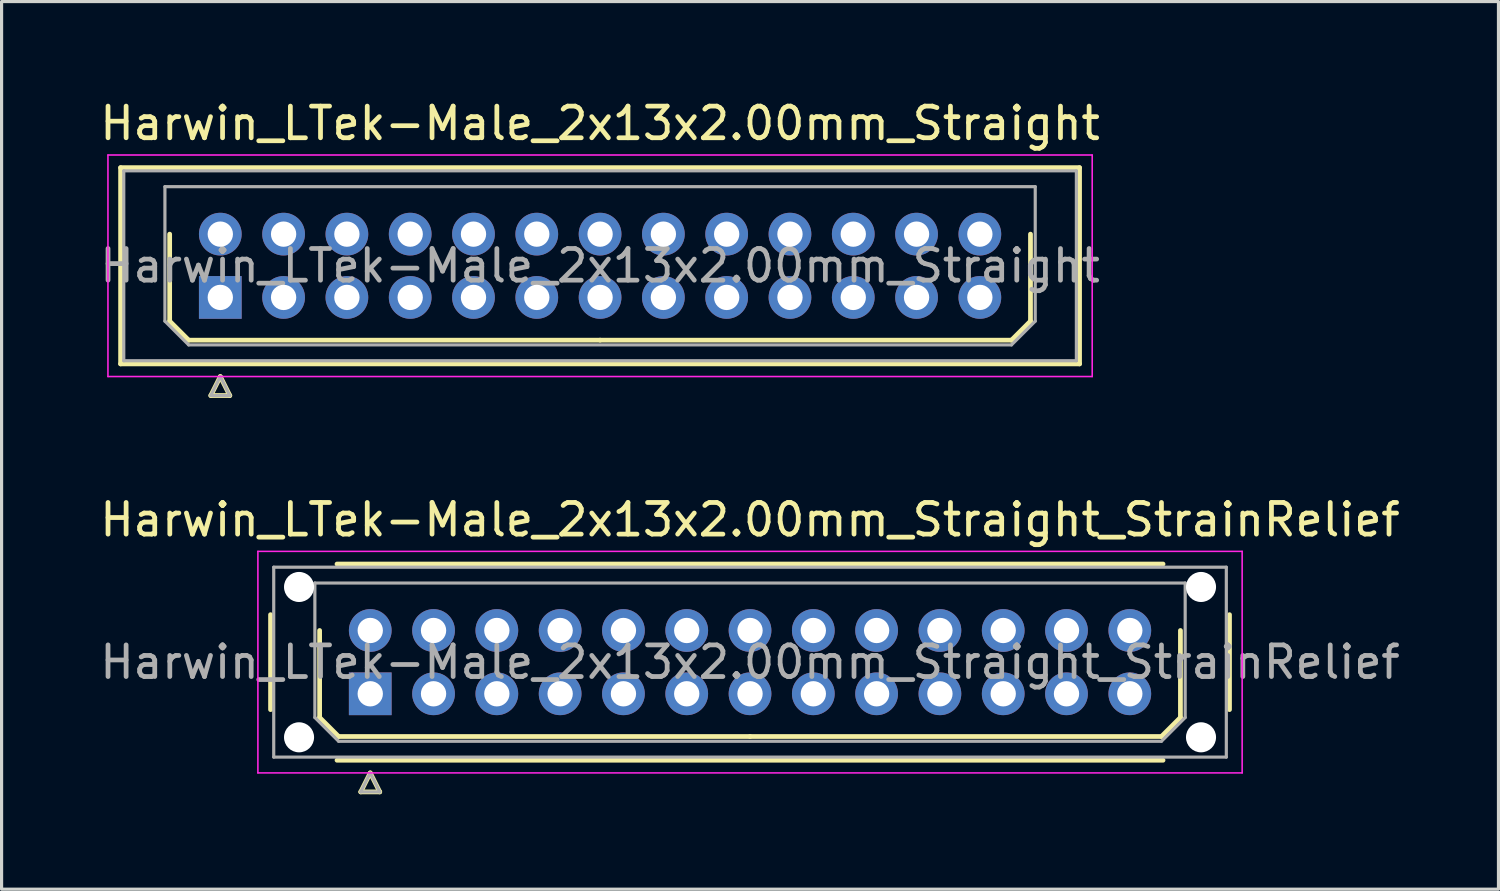
<source format=kicad_pcb>
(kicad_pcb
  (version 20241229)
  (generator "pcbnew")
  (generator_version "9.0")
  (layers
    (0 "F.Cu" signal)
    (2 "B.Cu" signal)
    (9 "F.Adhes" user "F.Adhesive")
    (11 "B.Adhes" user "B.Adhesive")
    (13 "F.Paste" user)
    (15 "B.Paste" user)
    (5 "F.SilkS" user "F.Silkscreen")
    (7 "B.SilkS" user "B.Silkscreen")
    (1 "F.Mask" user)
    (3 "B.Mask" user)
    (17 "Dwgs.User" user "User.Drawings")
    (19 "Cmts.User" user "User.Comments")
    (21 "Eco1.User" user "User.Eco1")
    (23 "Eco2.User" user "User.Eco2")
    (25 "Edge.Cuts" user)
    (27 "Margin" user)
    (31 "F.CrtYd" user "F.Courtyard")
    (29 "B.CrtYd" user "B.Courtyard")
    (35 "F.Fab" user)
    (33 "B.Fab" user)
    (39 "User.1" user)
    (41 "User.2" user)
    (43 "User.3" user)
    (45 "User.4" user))
  (footprint "Harwin_LTek-Male_2x13x2.00mm_Straight"
    (layer "F.Cu")
    (at 3.911 6.348)
    (property "Reference" "Harwin_LTek-Male_2x13x2.00mm_Straight" (at 12 -5.5 0) (layer "F.SilkS") (effects (font (size 1 1) (thickness 0.15))))
    (attr through_hole)
    (fp_line (start -3.15 -4.1) (end -3.15 2.1) (stroke (width 0.15) (type solid)) (layer "F.SilkS"))
    (fp_line (start -3.15 2.1) (end 27.15 2.1) (stroke (width 0.15) (type solid)) (layer "F.SilkS"))
    (fp_line (start -1.6 -2) (end -1.6 0.75) (stroke (width 0.15) (type solid)) (layer "F.SilkS"))
    (fp_line (start -1.6 0.75) (end -1 1.35) (stroke (width 0.15) (type solid)) (layer "F.SilkS"))
    (fp_line (start -1 1.35) (end 12 1.35) (stroke (width 0.15) (type solid)) (layer "F.SilkS"))
    (fp_line (start -0.3 3.1) (end 0.3 3.1) (stroke (width 0.15) (type solid)) (layer "F.SilkS"))
    (fp_line (start 0 2.5) (end -0.3 3.1) (stroke (width 0.15) (type solid)) (layer "F.SilkS"))
    (fp_line (start 0.3 3.1) (end 0 2.5) (stroke (width 0.15) (type solid)) (layer "F.SilkS"))
    (fp_line (start 25 1.35) (end 12 1.35) (stroke (width 0.15) (type solid)) (layer "F.SilkS"))
    (fp_line (start 25.6 -2) (end 25.6 0.75) (stroke (width 0.15) (type solid)) (layer "F.SilkS"))
    (fp_line (start 25.6 0.75) (end 25 1.35) (stroke (width 0.15) (type solid)) (layer "F.SilkS"))
    (fp_line (start 27.15 -4.1) (end -3.15 -4.1) (stroke (width 0.15) (type solid)) (layer "F.SilkS"))
    (fp_line (start 27.15 2.1) (end 27.15 -4.1) (stroke (width 0.15) (type solid)) (layer "F.SilkS"))
    (fp_line (start -3.55 -4.5) (end -3.55 2.5) (stroke (width 0.05) (type solid)) (layer "F.CrtYd"))
    (fp_line (start -3.55 2.5) (end 27.55 2.5) (stroke (width 0.05) (type solid)) (layer "F.CrtYd"))
    (fp_line (start 27.55 -4.5) (end -3.55 -4.5) (stroke (width 0.05) (type solid)) (layer "F.CrtYd"))
    (fp_line (start 27.55 2.5) (end 27.55 -4.5) (stroke (width 0.05) (type solid)) (layer "F.CrtYd"))
    (fp_line (start -3.05 -4) (end -3.05 2) (stroke (width 0.1) (type solid)) (layer "F.Fab"))
    (fp_line (start -3.05 2) (end 27.05 2) (stroke (width 0.1) (type solid)) (layer "F.Fab"))
    (fp_line (start -1.75 -3.5) (end 25.75 -3.5) (stroke (width 0.1) (type solid)) (layer "F.Fab"))
    (fp_line (start -1.75 0.75) (end -1.75 -3.5) (stroke (width 0.1) (type solid)) (layer "F.Fab"))
    (fp_line (start -1 1.5) (end -1.75 0.75) (stroke (width 0.1) (type solid)) (layer "F.Fab"))
    (fp_line (start -0.3 3.1) (end 0.3 3.1) (stroke (width 0.1) (type solid)) (layer "F.Fab"))
    (fp_line (start 0 2.5) (end -0.3 3.1) (stroke (width 0.1) (type solid)) (layer "F.Fab"))
    (fp_line (start 0.3 3.1) (end 0 2.5) (stroke (width 0.1) (type solid)) (layer "F.Fab"))
    (fp_line (start 25 1.5) (end -1 1.5) (stroke (width 0.1) (type solid)) (layer "F.Fab"))
    (fp_line (start 25.75 -3.5) (end 25.75 0.75) (stroke (width 0.1) (type solid)) (layer "F.Fab"))
    (fp_line (start 25.75 0.75) (end 25 1.5) (stroke (width 0.1) (type solid)) (layer "F.Fab"))
    (fp_line (start 27.05 -4) (end -3.05 -4) (stroke (width 0.1) (type solid)) (layer "F.Fab"))
    (fp_line (start 27.05 2) (end 27.05 -4) (stroke (width 0.1) (type solid)) (layer "F.Fab"))
    (fp_text user "${REFERENCE}" (at 12 -1 0) (layer "F.Fab") (effects (font (size 1 1) (thickness 0.15))))
    (pad "1" thru_hole rect (at 0 0) (size 1.35 1.35) (drill 0.8) (layers "*.Cu" "*.Mask"))
    (pad "2" thru_hole circle (at 2 0) (size 1.35 1.35) (drill 0.8) (layers "*.Cu" "*.Mask"))
    (pad "3" thru_hole circle (at 4 0) (size 1.35 1.35) (drill 0.8) (layers "*.Cu" "*.Mask"))
    (pad "4" thru_hole circle (at 6 0) (size 1.35 1.35) (drill 0.8) (layers "*.Cu" "*.Mask"))
    (pad "5" thru_hole circle (at 8 0) (size 1.35 1.35) (drill 0.8) (layers "*.Cu" "*.Mask"))
    (pad "6" thru_hole circle (at 10 0) (size 1.35 1.35) (drill 0.8) (layers "*.Cu" "*.Mask"))
    (pad "7" thru_hole circle (at 12 0) (size 1.35 1.35) (drill 0.8) (layers "*.Cu" "*.Mask"))
    (pad "8" thru_hole circle (at 14 0) (size 1.35 1.35) (drill 0.8) (layers "*.Cu" "*.Mask"))
    (pad "9" thru_hole circle (at 16 0) (size 1.35 1.35) (drill 0.8) (layers "*.Cu" "*.Mask"))
    (pad "10" thru_hole circle (at 18 0) (size 1.35 1.35) (drill 0.8) (layers "*.Cu" "*.Mask"))
    (pad "11" thru_hole circle (at 20 0) (size 1.35 1.35) (drill 0.8) (layers "*.Cu" "*.Mask"))
    (pad "12" thru_hole circle (at 22 0) (size 1.35 1.35) (drill 0.8) (layers "*.Cu" "*.Mask"))
    (pad "13" thru_hole circle (at 24 0) (size 1.35 1.35) (drill 0.8) (layers "*.Cu" "*.Mask"))
    (pad "14" thru_hole circle (at 0 -2) (size 1.35 1.35) (drill 0.8) (layers "*.Cu" "*.Mask"))
    (pad "15" thru_hole circle (at 2 -2) (size 1.35 1.35) (drill 0.8) (layers "*.Cu" "*.Mask"))
    (pad "16" thru_hole circle (at 4 -2) (size 1.35 1.35) (drill 0.8) (layers "*.Cu" "*.Mask"))
    (pad "17" thru_hole circle (at 6 -2) (size 1.35 1.35) (drill 0.8) (layers "*.Cu" "*.Mask"))
    (pad "18" thru_hole circle (at 8 -2) (size 1.35 1.35) (drill 0.8) (layers "*.Cu" "*.Mask"))
    (pad "19" thru_hole circle (at 10 -2) (size 1.35 1.35) (drill 0.8) (layers "*.Cu" "*.Mask"))
    (pad "20" thru_hole circle (at 12 -2) (size 1.35 1.35) (drill 0.8) (layers "*.Cu" "*.Mask"))
    (pad "21" thru_hole circle (at 14 -2) (size 1.35 1.35) (drill 0.8) (layers "*.Cu" "*.Mask"))
    (pad "22" thru_hole circle (at 16 -2) (size 1.35 1.35) (drill 0.8) (layers "*.Cu" "*.Mask"))
    (pad "23" thru_hole circle (at 18 -2) (size 1.35 1.35) (drill 0.8) (layers "*.Cu" "*.Mask"))
    (pad "24" thru_hole circle (at 20 -2) (size 1.35 1.35) (drill 0.8) (layers "*.Cu" "*.Mask"))
    (pad "25" thru_hole circle (at 22 -2) (size 1.35 1.35) (drill 0.8) (layers "*.Cu" "*.Mask"))
    (pad "26" thru_hole circle (at 24 -2) (size 1.35 1.35) (drill 0.8) (layers "*.Cu" "*.Mask")))
  (footprint "Harwin_LTek-Male_2x13x2.00mm_Straight_StrainRelief"
    (layer "F.Cu")
    (at 8.649 18.872)
    (property "Reference" "Harwin_LTek-Male_2x13x2.00mm_Straight_StrainRelief" (at 12 -5.5 0) (layer "F.SilkS") (effects (font (size 1 1) (thickness 0.15))))
    (attr through_hole)
    (fp_line (start -3.15 -2.5) (end -3.15 0.5) (stroke (width 0.15) (type solid)) (layer "F.SilkS"))
    (fp_line (start -1.6 -2) (end -1.6 0.75) (stroke (width 0.15) (type solid)) (layer "F.SilkS"))
    (fp_line (start -1.6 0.75) (end -1 1.35) (stroke (width 0.15) (type solid)) (layer "F.SilkS"))
    (fp_line (start -1.05 -4.1) (end 25.05 -4.1) (stroke (width 0.15) (type solid)) (layer "F.SilkS"))
    (fp_line (start -1.05 2.1) (end 25.05 2.1) (stroke (width 0.15) (type solid)) (layer "F.SilkS"))
    (fp_line (start -1 1.35) (end 12 1.35) (stroke (width 0.15) (type solid)) (layer "F.SilkS"))
    (fp_line (start -0.3 3.1) (end 0.3 3.1) (stroke (width 0.15) (type solid)) (layer "F.SilkS"))
    (fp_line (start 0 2.5) (end -0.3 3.1) (stroke (width 0.15) (type solid)) (layer "F.SilkS"))
    (fp_line (start 0.3 3.1) (end 0 2.5) (stroke (width 0.15) (type solid)) (layer "F.SilkS"))
    (fp_line (start 25 1.35) (end 12 1.35) (stroke (width 0.15) (type solid)) (layer "F.SilkS"))
    (fp_line (start 25.6 -2) (end 25.6 0.75) (stroke (width 0.15) (type solid)) (layer "F.SilkS"))
    (fp_line (start 25.6 0.75) (end 25 1.35) (stroke (width 0.15) (type solid)) (layer "F.SilkS"))
    (fp_line (start 27.15 -2.5) (end 27.15 0.5) (stroke (width 0.15) (type solid)) (layer "F.SilkS"))
    (fp_line (start -3.55 -4.5) (end -3.55 2.5) (stroke (width 0.05) (type solid)) (layer "F.CrtYd"))
    (fp_line (start -3.55 2.5) (end 27.55 2.5) (stroke (width 0.05) (type solid)) (layer "F.CrtYd"))
    (fp_line (start 27.55 -4.5) (end -3.55 -4.5) (stroke (width 0.05) (type solid)) (layer "F.CrtYd"))
    (fp_line (start 27.55 2.5) (end 27.55 -4.5) (stroke (width 0.05) (type solid)) (layer "F.CrtYd"))
    (fp_line (start -3.05 -4) (end -3.05 2) (stroke (width 0.1) (type solid)) (layer "F.Fab"))
    (fp_line (start -3.05 2) (end 27.05 2) (stroke (width 0.1) (type solid)) (layer "F.Fab"))
    (fp_line (start -1.75 -3.5) (end 25.75 -3.5) (stroke (width 0.1) (type solid)) (layer "F.Fab"))
    (fp_line (start -1.75 0.75) (end -1.75 -3.5) (stroke (width 0.1) (type solid)) (layer "F.Fab"))
    (fp_line (start -1 1.5) (end -1.75 0.75) (stroke (width 0.1) (type solid)) (layer "F.Fab"))
    (fp_line (start -0.3 3.1) (end 0.3 3.1) (stroke (width 0.1) (type solid)) (layer "F.Fab"))
    (fp_line (start 0 2.5) (end -0.3 3.1) (stroke (width 0.1) (type solid)) (layer "F.Fab"))
    (fp_line (start 0.3 3.1) (end 0 2.5) (stroke (width 0.1) (type solid)) (layer "F.Fab"))
    (fp_line (start 25 1.5) (end -1 1.5) (stroke (width 0.1) (type solid)) (layer "F.Fab"))
    (fp_line (start 25.75 -3.5) (end 25.75 0.75) (stroke (width 0.1) (type solid)) (layer "F.Fab"))
    (fp_line (start 25.75 0.75) (end 25 1.5) (stroke (width 0.1) (type solid)) (layer "F.Fab"))
    (fp_line (start 27.05 -4) (end -3.05 -4) (stroke (width 0.1) (type solid)) (layer "F.Fab"))
    (fp_line (start 27.05 2) (end 27.05 -4) (stroke (width 0.1) (type solid)) (layer "F.Fab"))
    (fp_text user "${REFERENCE}" (at 12 -1 0) (layer "F.Fab") (effects (font (size 1 1) (thickness 0.15))))
    (pad "" np_thru_hole circle (at -2.25 -3.375) (size 0.95 0.95) (drill 0.95) (layers "*.Cu" "*.Mask"))
    (pad "" np_thru_hole circle (at -2.25 1.375) (size 0.95 0.95) (drill 0.95) (layers "*.Cu" "*.Mask"))
    (pad "" np_thru_hole circle (at 26.25 -3.375) (size 0.95 0.95) (drill 0.95) (layers "*.Cu" "*.Mask"))
    (pad "" np_thru_hole circle (at 26.25 1.375) (size 0.95 0.95) (drill 0.95) (layers "*.Cu" "*.Mask"))
    (pad "1" thru_hole rect (at 0 0) (size 1.35 1.35) (drill 0.8) (layers "*.Cu" "*.Mask"))
    (pad "2" thru_hole circle (at 2 0) (size 1.35 1.35) (drill 0.8) (layers "*.Cu" "*.Mask"))
    (pad "3" thru_hole circle (at 4 0) (size 1.35 1.35) (drill 0.8) (layers "*.Cu" "*.Mask"))
    (pad "4" thru_hole circle (at 6 0) (size 1.35 1.35) (drill 0.8) (layers "*.Cu" "*.Mask"))
    (pad "5" thru_hole circle (at 8 0) (size 1.35 1.35) (drill 0.8) (layers "*.Cu" "*.Mask"))
    (pad "6" thru_hole circle (at 10 0) (size 1.35 1.35) (drill 0.8) (layers "*.Cu" "*.Mask"))
    (pad "7" thru_hole circle (at 12 0) (size 1.35 1.35) (drill 0.8) (layers "*.Cu" "*.Mask"))
    (pad "8" thru_hole circle (at 14 0) (size 1.35 1.35) (drill 0.8) (layers "*.Cu" "*.Mask"))
    (pad "9" thru_hole circle (at 16 0) (size 1.35 1.35) (drill 0.8) (layers "*.Cu" "*.Mask"))
    (pad "10" thru_hole circle (at 18 0) (size 1.35 1.35) (drill 0.8) (layers "*.Cu" "*.Mask"))
    (pad "11" thru_hole circle (at 20 0) (size 1.35 1.35) (drill 0.8) (layers "*.Cu" "*.Mask"))
    (pad "12" thru_hole circle (at 22 0) (size 1.35 1.35) (drill 0.8) (layers "*.Cu" "*.Mask"))
    (pad "13" thru_hole circle (at 24 0) (size 1.35 1.35) (drill 0.8) (layers "*.Cu" "*.Mask"))
    (pad "14" thru_hole circle (at 0 -2) (size 1.35 1.35) (drill 0.8) (layers "*.Cu" "*.Mask"))
    (pad "15" thru_hole circle (at 2 -2) (size 1.35 1.35) (drill 0.8) (layers "*.Cu" "*.Mask"))
    (pad "16" thru_hole circle (at 4 -2) (size 1.35 1.35) (drill 0.8) (layers "*.Cu" "*.Mask"))
    (pad "17" thru_hole circle (at 6 -2) (size 1.35 1.35) (drill 0.8) (layers "*.Cu" "*.Mask"))
    (pad "18" thru_hole circle (at 8 -2) (size 1.35 1.35) (drill 0.8) (layers "*.Cu" "*.Mask"))
    (pad "19" thru_hole circle (at 10 -2) (size 1.35 1.35) (drill 0.8) (layers "*.Cu" "*.Mask"))
    (pad "20" thru_hole circle (at 12 -2) (size 1.35 1.35) (drill 0.8) (layers "*.Cu" "*.Mask"))
    (pad "21" thru_hole circle (at 14 -2) (size 1.35 1.35) (drill 0.8) (layers "*.Cu" "*.Mask"))
    (pad "22" thru_hole circle (at 16 -2) (size 1.35 1.35) (drill 0.8) (layers "*.Cu" "*.Mask"))
    (pad "23" thru_hole circle (at 18 -2) (size 1.35 1.35) (drill 0.8) (layers "*.Cu" "*.Mask"))
    (pad "24" thru_hole circle (at 20 -2) (size 1.35 1.35) (drill 0.8) (layers "*.Cu" "*.Mask"))
    (pad "25" thru_hole circle (at 22 -2) (size 1.35 1.35) (drill 0.8) (layers "*.Cu" "*.Mask"))
    (pad "26" thru_hole circle (at 24 -2) (size 1.35 1.35) (drill 0.8) (layers "*.Cu" "*.Mask")))
  (gr_rect
    (start -3 -3)
    (end 44.298 25.047)
    (stroke (width 0.1) (type default))
    (fill no)
    (layer "Edge.Cuts")))
</source>
